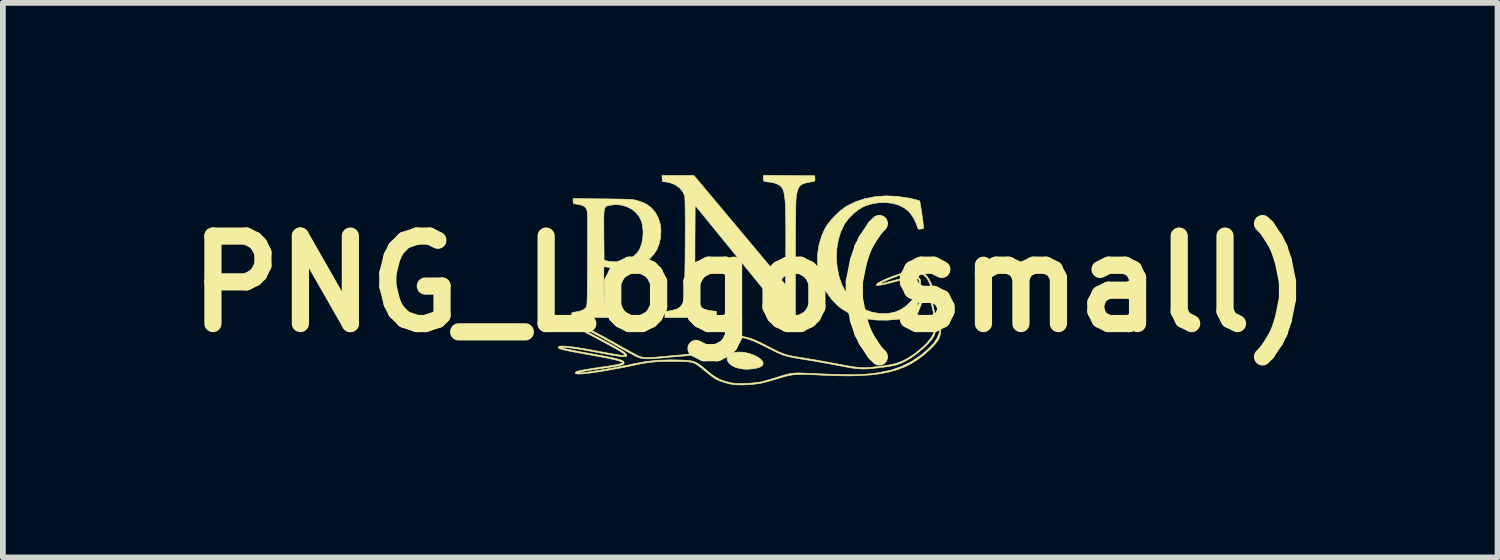
<source format=kicad_pcb>
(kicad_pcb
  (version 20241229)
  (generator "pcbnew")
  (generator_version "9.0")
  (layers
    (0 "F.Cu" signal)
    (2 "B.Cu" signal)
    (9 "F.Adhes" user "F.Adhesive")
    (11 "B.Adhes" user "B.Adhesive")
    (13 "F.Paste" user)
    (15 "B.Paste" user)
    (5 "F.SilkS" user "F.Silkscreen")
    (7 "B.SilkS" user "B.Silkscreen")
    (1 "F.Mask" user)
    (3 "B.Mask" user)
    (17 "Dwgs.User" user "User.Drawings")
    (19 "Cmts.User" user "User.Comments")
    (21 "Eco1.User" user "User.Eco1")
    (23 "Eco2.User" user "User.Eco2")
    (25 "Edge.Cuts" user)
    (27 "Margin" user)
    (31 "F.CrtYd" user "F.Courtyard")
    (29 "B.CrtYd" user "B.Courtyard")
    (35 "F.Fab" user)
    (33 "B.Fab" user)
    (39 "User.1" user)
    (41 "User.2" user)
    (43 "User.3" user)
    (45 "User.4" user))
  (footprint "PNG_Logo(small)"
    (layer "F.Cu")
    (at 10.022 1.898)
    (property "Reference" "PNG_Logo(small)" (at 0 0 0) (layer "F.SilkS") (effects (font (size 1.524 1.524) (thickness 0.3))))
    (attr through_hole)
    (fp_poly (pts (xy -0.136 1.189) (xy -0.063 1.2) (xy 0.007 1.219) (xy 0.073 1.244) (xy 0.131 1.273) (xy 0.177 1.306) (xy 0.21 1.34) (xy 0.225 1.374) (xy 0.221 1.406) (xy 0.204 1.428) (xy 0.165 1.451) (xy 0.107 1.468) (xy 0.036 1.48) (xy -0.041 1.486) (xy -0.117 1.483) (xy -0.188 1.473) (xy -0.194 1.472) (xy -0.271 1.447) (xy -0.331 1.414) (xy -0.374 1.376) (xy -0.398 1.335) (xy -0.404 1.294) (xy -0.39 1.256) (xy -0.354 1.224) (xy -0.298 1.2) (xy -0.275 1.194) (xy -0.208 1.186) (xy -0.136 1.189)) (stroke (width 0.01) (type solid)) (fill yes) (layer "F.SilkS"))
    (fp_poly (pts (xy 0.676 -1.889) (xy 1.124 -1.886) (xy 1.128 -1.839) (xy 1.128 -1.807) (xy 1.12 -1.792) (xy 1.102 -1.786) (xy 1.074 -1.781) (xy 1.032 -1.773) (xy 0.997 -1.767) (xy 0.933 -1.75) (xy 0.885 -1.725) (xy 0.85 -1.688) (xy 0.826 -1.635) (xy 0.809 -1.563) (xy 0.8 -1.498) (xy 0.798 -1.465) (xy 0.796 -1.408) (xy 0.794 -1.33) (xy 0.793 -1.232) (xy 0.791 -1.117) (xy 0.79 -0.987) (xy 0.789 -0.843) (xy 0.788 -0.687) (xy 0.788 -0.522) (xy 0.788 -0.378) (xy 0.787 0.622) (xy 0.663 0.622) (xy -0.959 -1.369) (xy -0.963 -0.7) (xy -0.963 -0.513) (xy -0.963 -0.349) (xy -0.962 -0.207) (xy -0.961 -0.086) (xy -0.958 0.017) (xy -0.954 0.103) (xy -0.949 0.174) (xy -0.943 0.231) (xy -0.935 0.277) (xy -0.926 0.313) (xy -0.915 0.341) (xy -0.911 0.348) (xy -0.869 0.399) (xy -0.805 0.437) (xy -0.722 0.461) (xy -0.677 0.468) (xy -0.591 0.476) (xy -0.583 0.584) (xy -1.486 0.584) (xy -1.486 0.534) (xy -1.484 0.5) (xy -1.474 0.484) (xy -1.457 0.478) (xy -1.429 0.473) (xy -1.387 0.465) (xy -1.353 0.459) (xy -1.276 0.436) (xy -1.219 0.4) (xy -1.18 0.347) (xy -1.155 0.275) (xy -1.154 0.273) (xy -1.151 0.247) (xy -1.148 0.199) (xy -1.146 0.131) (xy -1.143 0.045) (xy -1.141 -0.055) (xy -1.139 -0.167) (xy -1.137 -0.289) (xy -1.135 -0.417) (xy -1.134 -0.55) (xy -1.133 -0.684) (xy -1.133 -0.817) (xy -1.132 -0.946) (xy -1.132 -1.069) (xy -1.133 -1.183) (xy -1.134 -1.286) (xy -1.135 -1.374) (xy -1.136 -1.446) (xy -1.139 -1.498) (xy -1.141 -1.529) (xy -1.142 -1.533) (xy -1.175 -1.608) (xy -1.228 -1.672) (xy -1.299 -1.724) (xy -1.383 -1.76) (xy -1.454 -1.775) (xy -1.53 -1.784) (xy -1.534 -1.838) (xy -1.538 -1.892) (xy -1.26 -1.892) (xy -0.982 -1.892) (xy 0.616 0.016) (xy 0.62 -0.637) (xy 0.62 -0.824) (xy 0.62 -0.988) (xy 0.619 -1.13) (xy 0.617 -1.251) (xy 0.614 -1.354) (xy 0.609 -1.441) (xy 0.601 -1.512) (xy 0.592 -1.57) (xy 0.581 -1.617) (xy 0.567 -1.654) (xy 0.55 -1.682) (xy 0.531 -1.704) (xy 0.508 -1.722) (xy 0.482 -1.737) (xy 0.481 -1.737) (xy 0.432 -1.756) (xy 0.376 -1.77) (xy 0.354 -1.773) (xy 0.297 -1.779) (xy 0.261 -1.785) (xy 0.24 -1.794) (xy 0.231 -1.807) (xy 0.229 -1.829) (xy 0.229 -1.842) (xy 0.229 -1.893) (xy 0.676 -1.889)) (stroke (width 0.01) (type solid)) (fill yes) (layer "F.SilkS"))
    (fp_poly (pts (xy -2.569 -1.483) (xy -2.44 -1.482) (xy -2.333 -1.48) (xy -2.247 -1.479) (xy -2.177 -1.477) (xy -2.122 -1.475) (xy -2.079 -1.472) (xy -2.044 -1.469) (xy -2.016 -1.465) (xy -1.991 -1.459) (xy -1.967 -1.453) (xy -1.956 -1.449) (xy -1.901 -1.431) (xy -1.847 -1.409) (xy -1.806 -1.389) (xy -1.805 -1.389) (xy -1.72 -1.325) (xy -1.652 -1.244) (xy -1.601 -1.149) (xy -1.568 -1.043) (xy -1.555 -0.929) (xy -1.562 -0.809) (xy -1.588 -0.696) (xy -1.625 -0.601) (xy -1.678 -0.519) (xy -1.742 -0.45) (xy -1.841 -0.371) (xy -1.951 -0.312) (xy -2.075 -0.273) (xy -2.186 -0.254) (xy -2.236 -0.249) (xy -2.279 -0.249) (xy -2.323 -0.254) (xy -2.378 -0.265) (xy -2.413 -0.274) (xy -2.467 -0.287) (xy -2.511 -0.297) (xy -2.54 -0.303) (xy -2.548 -0.305) (xy -2.549 -0.293) (xy -2.55 -0.258) (xy -2.551 -0.205) (xy -2.551 -0.137) (xy -2.551 -0.056) (xy -2.55 0.034) (xy -2.55 0.037) (xy -2.549 0.14) (xy -2.548 0.22) (xy -2.546 0.281) (xy -2.544 0.326) (xy -2.541 0.358) (xy -2.536 0.381) (xy -2.531 0.397) (xy -2.524 0.409) (xy -2.52 0.415) (xy -2.49 0.442) (xy -2.444 0.463) (xy -2.378 0.479) (xy -2.308 0.489) (xy -2.235 0.497) (xy -2.235 0.584) (xy -3.111 0.584) (xy -3.111 0.541) (xy -3.11 0.514) (xy -3.101 0.5) (xy -3.078 0.493) (xy -3.051 0.489) (xy -2.97 0.474) (xy -2.911 0.452) (xy -2.872 0.423) (xy -2.865 0.415) (xy -2.86 0.407) (xy -2.855 0.399) (xy -2.851 0.387) (xy -2.848 0.37) (xy -2.845 0.346) (xy -2.843 0.314) (xy -2.841 0.271) (xy -2.84 0.215) (xy -2.839 0.145) (xy -2.838 0.059) (xy -2.837 -0.046) (xy -2.836 -0.171) (xy -2.836 -0.318) (xy -2.835 -0.442) (xy -2.835 -0.608) (xy -2.834 -0.75) (xy -2.834 -0.87) (xy -2.834 -0.971) (xy -2.834 -1.054) (xy -2.835 -1.104) (xy -2.551 -1.104) (xy -2.551 -1.007) (xy -2.55 -0.888) (xy -2.55 -0.856) (xy -2.546 -0.413) (xy -2.477 -0.397) (xy -2.408 -0.388) (xy -2.328 -0.386) (xy -2.248 -0.392) (xy -2.176 -0.404) (xy -2.141 -0.415) (xy -2.081 -0.446) (xy -2.019 -0.493) (xy -1.966 -0.547) (xy -1.928 -0.602) (xy -1.928 -0.602) (xy -1.892 -0.697) (xy -1.871 -0.804) (xy -1.866 -0.917) (xy -1.879 -1.028) (xy -1.893 -1.087) (xy -1.933 -1.172) (xy -1.992 -1.246) (xy -2.067 -1.305) (xy -2.154 -1.349) (xy -2.252 -1.376) (xy -2.354 -1.383) (xy -2.442 -1.372) (xy -2.47 -1.366) (xy -2.493 -1.36) (xy -2.512 -1.352) (xy -2.526 -1.338) (xy -2.536 -1.316) (xy -2.543 -1.284) (xy -2.548 -1.24) (xy -2.55 -1.181) (xy -2.551 -1.104) (xy -2.835 -1.104) (xy -2.835 -1.121) (xy -2.836 -1.174) (xy -2.838 -1.216) (xy -2.84 -1.247) (xy -2.843 -1.27) (xy -2.846 -1.287) (xy -2.85 -1.299) (xy -2.854 -1.308) (xy -2.879 -1.341) (xy -2.916 -1.365) (xy -2.97 -1.381) (xy -3.026 -1.391) (xy -3.062 -1.396) (xy -3.08 -1.405) (xy -3.086 -1.423) (xy -3.086 -1.443) (xy -3.086 -1.488) (xy -2.569 -1.483)) (stroke (width 0.01) (type solid)) (fill yes) (layer "F.SilkS"))
    (fp_poly (pts (xy 2.556 -1.527) (xy 2.753 -1.498) (xy 2.781 -1.493) (xy 2.842 -1.479) (xy 2.894 -1.466) (xy 2.932 -1.455) (xy 2.95 -1.448) (xy 2.951 -1.448) (xy 2.956 -1.433) (xy 2.963 -1.398) (xy 2.972 -1.347) (xy 2.981 -1.286) (xy 2.991 -1.22) (xy 3.001 -1.153) (xy 3.009 -1.089) (xy 3.015 -1.035) (xy 3.019 -0.994) (xy 3.019 -0.972) (xy 3.019 -0.97) (xy 3.004 -0.964) (xy 2.974 -0.958) (xy 2.969 -0.957) (xy 2.942 -0.954) (xy 2.927 -0.961) (xy 2.916 -0.983) (xy 2.909 -1.005) (xy 2.88 -1.083) (xy 2.838 -1.162) (xy 2.79 -1.232) (xy 2.758 -1.268) (xy 2.681 -1.328) (xy 2.588 -1.374) (xy 2.482 -1.404) (xy 2.367 -1.418) (xy 2.249 -1.417) (xy 2.13 -1.399) (xy 2.016 -1.365) (xy 1.958 -1.339) (xy 1.878 -1.29) (xy 1.797 -1.224) (xy 1.721 -1.148) (xy 1.658 -1.067) (xy 1.64 -1.038) (xy 1.579 -0.91) (xy 1.535 -0.769) (xy 1.51 -0.617) (xy 1.502 -0.46) (xy 1.514 -0.302) (xy 1.544 -0.147) (xy 1.561 -0.088) (xy 1.607 0.032) (xy 1.662 0.136) (xy 1.733 0.23) (xy 1.791 0.292) (xy 1.891 0.379) (xy 1.995 0.444) (xy 2.107 0.487) (xy 2.233 0.512) (xy 2.266 0.515) (xy 2.396 0.516) (xy 2.516 0.492) (xy 2.628 0.445) (xy 2.729 0.375) (xy 2.821 0.281) (xy 2.882 0.198) (xy 2.911 0.15) (xy 2.929 0.111) (xy 2.938 0.068) (xy 2.942 0.027) (xy 2.945 -0.03) (xy 2.94 -0.068) (xy 2.925 -0.09) (xy 2.898 -0.103) (xy 2.886 -0.105) (xy 2.844 -0.107) (xy 2.78 -0.099) (xy 2.694 -0.083) (xy 2.587 -0.057) (xy 2.471 -0.027) (xy 2.376 -0.002) (xy 2.3 0.015) (xy 2.244 0.024) (xy 2.209 0.024) (xy 2.195 0.017) (xy 2.204 0.002) (xy 2.236 -0.021) (xy 2.251 -0.03) (xy 2.317 -0.064) (xy 2.397 -0.1) (xy 2.484 -0.134) (xy 2.574 -0.165) (xy 2.661 -0.192) (xy 2.74 -0.213) (xy 2.805 -0.226) (xy 2.842 -0.229) (xy 2.914 -0.224) (xy 2.975 -0.21) (xy 3.027 -0.184) (xy 3.073 -0.144) (xy 3.114 -0.086) (xy 3.153 -0.01) (xy 3.193 0.087) (xy 3.221 0.168) (xy 3.261 0.293) (xy 3.29 0.402) (xy 3.31 0.499) (xy 3.322 0.589) (xy 3.326 0.679) (xy 3.326 0.734) (xy 3.321 0.814) (xy 3.312 0.879) (xy 3.296 0.935) (xy 3.269 0.986) (xy 3.23 1.038) (xy 3.176 1.097) (xy 3.119 1.152) (xy 3.017 1.242) (xy 2.912 1.321) (xy 2.802 1.389) (xy 2.685 1.447) (xy 2.559 1.495) (xy 2.422 1.533) (xy 2.272 1.563) (xy 2.108 1.584) (xy 1.928 1.596) (xy 1.729 1.602) (xy 1.51 1.599) (xy 1.268 1.59) (xy 1.189 1.586) (xy 1.065 1.58) (xy 0.962 1.576) (xy 0.875 1.576) (xy 0.8 1.579) (xy 0.733 1.585) (xy 0.669 1.596) (xy 0.603 1.612) (xy 0.532 1.633) (xy 0.478 1.649) (xy 0.401 1.673) (xy 0.321 1.696) (xy 0.248 1.715) (xy 0.188 1.729) (xy 0.167 1.733) (xy 0.073 1.746) (xy -0.028 1.755) (xy -0.129 1.759) (xy -0.222 1.758) (xy -0.296 1.752) (xy -0.371 1.738) (xy -0.45 1.716) (xy -0.526 1.69) (xy -0.59 1.662) (xy -0.619 1.646) (xy -0.648 1.626) (xy -0.69 1.594) (xy -0.74 1.555) (xy -0.792 1.513) (xy -0.852 1.463) (xy -0.901 1.425) (xy -0.943 1.397) (xy -0.983 1.377) (xy -1.026 1.364) (xy -1.077 1.356) (xy -1.141 1.352) (xy -1.223 1.35) (xy -1.278 1.349) (xy -1.453 1.348) (xy -1.609 1.353) (xy -1.749 1.366) (xy -1.88 1.385) (xy -1.975 1.405) (xy -2.065 1.425) (xy -2.171 1.446) (xy -2.287 1.469) (xy -2.408 1.491) (xy -2.527 1.512) (xy -2.64 1.53) (xy -2.74 1.545) (xy -2.821 1.556) (xy -2.825 1.557) (xy -2.912 1.566) (xy -2.975 1.569) (xy -3.018 1.568) (xy -3.041 1.561) (xy -3.048 1.55) (xy -3.045 1.54) (xy -3.036 1.531) (xy -3.017 1.523) (xy -2.987 1.514) (xy -2.943 1.504) (xy -2.883 1.493) (xy -2.805 1.481) (xy -2.706 1.465) (xy -2.585 1.447) (xy -2.584 1.447) (xy -2.473 1.431) (xy -2.384 1.416) (xy -2.317 1.404) (xy -2.269 1.393) (xy -2.239 1.384) (xy -2.225 1.375) (xy -2.223 1.37) (xy -2.234 1.362) (xy -2.263 1.349) (xy -2.305 1.335) (xy -2.308 1.334) (xy -2.335 1.327) (xy -2.365 1.319) (xy -2.401 1.311) (xy -2.445 1.301) (xy -2.5 1.29) (xy -2.568 1.277) (xy -2.652 1.262) (xy -2.754 1.243) (xy -2.876 1.221) (xy -2.985 1.201) (xy -3.093 1.181) (xy -3.178 1.165) (xy -3.243 1.15) (xy -3.29 1.138) (xy -3.321 1.127) (xy -3.339 1.117) (xy -3.346 1.108) (xy -3.308 1.108) (xy -3.215 1.131) (xy -3.177 1.139) (xy -3.118 1.151) (xy -3.043 1.166) (xy -2.957 1.182) (xy -2.864 1.199) (xy -2.783 1.213) (xy -2.642 1.239) (xy -2.524 1.261) (xy -2.428 1.28) (xy -2.351 1.297) (xy -2.292 1.312) (xy -2.249 1.327) (xy -2.22 1.34) (xy -2.204 1.353) (xy -2.197 1.367) (xy -2.197 1.37) (xy -2.198 1.382) (xy -2.204 1.392) (xy -2.217 1.402) (xy -2.238 1.411) (xy -2.272 1.42) (xy -2.319 1.43) (xy -2.383 1.441) (xy -2.466 1.454) (xy -2.57 1.469) (xy -2.639 1.479) (xy -2.758 1.497) (xy -2.853 1.513) (xy -2.923 1.525) (xy -2.97 1.535) (xy -2.991 1.542) (xy -2.988 1.547) (xy -2.965 1.548) (xy -2.925 1.546) (xy -2.863 1.54) (xy -2.784 1.529) (xy -2.691 1.515) (xy -2.587 1.498) (xy -2.477 1.479) (xy -2.364 1.459) (xy -2.251 1.437) (xy -2.142 1.416) (xy -2.041 1.394) (xy -1.994 1.384) (xy -1.807 1.35) (xy -1.605 1.329) (xy -1.384 1.322) (xy -1.265 1.324) (xy -1.171 1.327) (xy -1.097 1.331) (xy -1.037 1.338) (xy -0.987 1.35) (xy -0.941 1.369) (xy -0.894 1.397) (xy -0.842 1.436) (xy -0.778 1.488) (xy -0.724 1.535) (xy -0.63 1.607) (xy -0.536 1.66) (xy -0.435 1.698) (xy -0.319 1.725) (xy -0.299 1.728) (xy -0.248 1.733) (xy -0.18 1.734) (xy -0.1 1.733) (xy -0.016 1.729) (xy 0.065 1.723) (xy 0.136 1.715) (xy 0.175 1.709) (xy 0.222 1.698) (xy 0.285 1.681) (xy 0.357 1.66) (xy 0.43 1.638) (xy 0.441 1.634) (xy 0.537 1.604) (xy 0.616 1.581) (xy 0.682 1.565) (xy 0.743 1.556) (xy 0.804 1.551) (xy 0.871 1.551) (xy 0.951 1.554) (xy 0.957 1.554) (xy 1.145 1.563) (xy 1.311 1.57) (xy 1.456 1.575) (xy 1.584 1.578) (xy 1.696 1.58) (xy 1.795 1.58) (xy 1.884 1.578) (xy 1.965 1.575) (xy 2.041 1.569) (xy 2.114 1.562) (xy 2.187 1.553) (xy 2.261 1.542) (xy 2.459 1.5) (xy 2.644 1.435) (xy 2.817 1.348) (xy 2.979 1.238) (xy 3.13 1.106) (xy 3.134 1.102) (xy 3.208 1.019) (xy 3.261 0.937) (xy 3.294 0.85) (xy 3.309 0.755) (xy 3.307 0.646) (xy 3.298 0.572) (xy 3.282 0.484) (xy 3.26 0.388) (xy 3.233 0.289) (xy 3.203 0.192) (xy 3.171 0.1) (xy 3.138 0.018) (xy 3.107 -0.05) (xy 3.079 -0.099) (xy 3.069 -0.112) (xy 3.011 -0.162) (xy 2.944 -0.192) (xy 2.864 -0.203) (xy 2.77 -0.196) (xy 2.661 -0.169) (xy 2.648 -0.165) (xy 2.579 -0.142) (xy 2.509 -0.116) (xy 2.441 -0.09) (xy 2.38 -0.064) (xy 2.328 -0.041) (xy 2.289 -0.022) (xy 2.268 -0.008) (xy 2.266 -0.003) (xy 2.28 -0.004) (xy 2.312 -0.011) (xy 2.358 -0.022) (xy 2.396 -0.032) (xy 2.526 -0.067) (xy 2.635 -0.094) (xy 2.724 -0.113) (xy 2.795 -0.125) (xy 2.851 -0.129) (xy 2.893 -0.126) (xy 2.925 -0.117) (xy 2.946 -0.102) (xy 2.959 -0.085) (xy 2.967 -0.064) (xy 2.97 -0.033) (xy 2.968 0.009) (xy 2.961 0.067) (xy 2.949 0.145) (xy 2.941 0.197) (xy 2.93 0.261) (xy 2.922 0.315) (xy 2.916 0.355) (xy 2.914 0.377) (xy 2.915 0.379) (xy 2.924 0.373) (xy 2.938 0.348) (xy 2.957 0.31) (xy 2.977 0.262) (xy 2.995 0.212) (xy 3.011 0.163) (xy 3.016 0.146) (xy 3.032 0.089) (xy 3.047 0.053) (xy 3.062 0.039) (xy 3.077 0.049) (xy 3.095 0.081) (xy 3.116 0.137) (xy 3.135 0.195) (xy 3.184 0.361) (xy 3.217 0.509) (xy 3.235 0.639) (xy 3.238 0.75) (xy 3.226 0.842) (xy 3.199 0.914) (xy 3.197 0.918) (xy 3.149 0.984) (xy 3.084 1.057) (xy 3.005 1.131) (xy 2.917 1.204) (xy 2.826 1.271) (xy 2.736 1.327) (xy 2.673 1.359) (xy 2.626 1.381) (xy 2.583 1.398) (xy 2.541 1.412) (xy 2.495 1.423) (xy 2.439 1.433) (xy 2.37 1.444) (xy 2.283 1.455) (xy 2.229 1.461) (xy 2.142 1.471) (xy 2.069 1.478) (xy 2.003 1.481) (xy 1.94 1.481) (xy 1.875 1.477) (xy 1.805 1.469) (xy 1.723 1.456) (xy 1.625 1.438) (xy 1.518 1.418) (xy 1.421 1.399) (xy 1.32 1.381) (xy 1.222 1.363) (xy 1.134 1.347) (xy 1.061 1.335) (xy 1.048 1.333) (xy 0.928 1.314) (xy 0.83 1.298) (xy 0.749 1.283) (xy 0.681 1.269) (xy 0.623 1.254) (xy 0.571 1.238) (xy 0.52 1.218) (xy 0.467 1.195) (xy 0.408 1.166) (xy 0.34 1.131) (xy 0.324 1.123) (xy 0.215 1.068) (xy 0.124 1.025) (xy 0.048 0.991) (xy -0.018 0.967) (xy -0.076 0.949) (xy -0.131 0.938) (xy -0.185 0.932) (xy -0.197 0.931) (xy -0.298 0.924) (xy -0.438 0.996) (xy -0.529 1.042) (xy -0.623 1.086) (xy -0.715 1.129) (xy -0.8 1.166) (xy -0.874 1.197) (xy -0.933 1.219) (xy -0.953 1.225) (xy -0.994 1.234) (xy -1.052 1.244) (xy -1.119 1.252) (xy -1.175 1.257) (xy -1.242 1.262) (xy -1.326 1.269) (xy -1.417 1.277) (xy -1.508 1.286) (xy -1.549 1.29) (xy -1.658 1.299) (xy -1.745 1.304) (xy -1.816 1.304) (xy -1.874 1.299) (xy -1.924 1.288) (xy -1.969 1.272) (xy -2.015 1.249) (xy -2.023 1.244) (xy -2.065 1.22) (xy -2.097 1.203) (xy -2.114 1.194) (xy -2.115 1.194) (xy -2.127 1.188) (xy -2.158 1.171) (xy -2.205 1.145) (xy -2.264 1.112) (xy -2.333 1.073) (xy -2.378 1.047) (xy -2.461 1.001) (xy -2.548 0.953) (xy -2.636 0.905) (xy -2.723 0.859) (xy -2.806 0.816) (xy -2.881 0.778) (xy -2.947 0.746) (xy -2.999 0.721) (xy -3.036 0.705) (xy -3.053 0.7) (xy -3.054 0.701) (xy -3.046 0.709) (xy -3.017 0.728) (xy -2.969 0.757) (xy -2.904 0.794) (xy -2.824 0.839) (xy -2.73 0.89) (xy -2.624 0.946) (xy -2.54 0.991) (xy -2.429 1.05) (xy -2.339 1.1) (xy -2.269 1.141) (xy -2.217 1.174) (xy -2.181 1.201) (xy -2.159 1.223) (xy -2.15 1.242) (xy -2.153 1.257) (xy -2.154 1.259) (xy -2.165 1.266) (xy -2.189 1.268) (xy -2.228 1.266) (xy -2.284 1.26) (xy -2.358 1.249) (xy -2.453 1.233) (xy -2.57 1.211) (xy -2.624 1.201) (xy -2.774 1.173) (xy -2.9 1.15) (xy -3.006 1.133) (xy -3.092 1.12) (xy -3.161 1.111) (xy -3.214 1.107) (xy -3.248 1.106) (xy -3.308 1.108) (xy -3.346 1.108) (xy -3.346 1.107) (xy -3.346 1.104) (xy -3.336 1.09) (xy -3.303 1.083) (xy -3.248 1.082) (xy -3.171 1.088) (xy -3.07 1.1) (xy -2.946 1.119) (xy -2.798 1.144) (xy -2.667 1.169) (xy -2.531 1.194) (xy -2.418 1.215) (xy -2.329 1.23) (xy -2.262 1.241) (xy -2.216 1.246) (xy -2.191 1.247) (xy -2.184 1.245) (xy -2.189 1.233) (xy -2.203 1.218) (xy -2.228 1.198) (xy -2.267 1.172) (xy -2.321 1.14) (xy -2.391 1.101) (xy -2.479 1.053) (xy -2.587 0.995) (xy -2.68 0.946) (xy -2.802 0.881) (xy -2.903 0.825) (xy -2.983 0.779) (xy -3.042 0.742) (xy -3.083 0.713) (xy -3.106 0.691) (xy -3.111 0.678) (xy -3.106 0.664) (xy -3.086 0.664) (xy -3.077 0.666) (xy -3.031 0.681) (xy -2.97 0.706) (xy -2.892 0.743) (xy -2.796 0.791) (xy -2.682 0.851) (xy -2.548 0.923) (xy -2.395 1.008) (xy -2.261 1.083) (xy -2.184 1.126) (xy -2.112 1.166) (xy -2.047 1.202) (xy -1.994 1.23) (xy -1.958 1.249) (xy -1.949 1.253) (xy -1.916 1.266) (xy -1.878 1.276) (xy -1.832 1.281) (xy -1.776 1.282) (xy -1.705 1.28) (xy -1.616 1.273) (xy -1.506 1.263) (xy -1.504 1.263) (xy -1.42 1.255) (xy -1.332 1.247) (xy -1.247 1.24) (xy -1.177 1.234) (xy -1.161 1.232) (xy -1.09 1.225) (xy -1.023 1.214) (xy -0.957 1.197) (xy -0.887 1.175) (xy -0.809 1.144) (xy -0.72 1.104) (xy -0.614 1.053) (xy -0.568 1.031) (xy -0.324 0.909) (xy -0.216 0.909) (xy -0.13 0.915) (xy -0.042 0.933) (xy 0.054 0.965) (xy 0.161 1.012) (xy 0.225 1.044) (xy 0.326 1.097) (xy 0.408 1.139) (xy 0.476 1.172) (xy 0.534 1.198) (xy 0.587 1.219) (xy 0.64 1.236) (xy 0.695 1.249) (xy 0.758 1.262) (xy 0.834 1.275) (xy 0.925 1.289) (xy 0.962 1.295) (xy 1.044 1.308) (xy 1.144 1.325) (xy 1.255 1.345) (xy 1.37 1.366) (xy 1.48 1.386) (xy 1.535 1.396) (xy 1.649 1.418) (xy 1.743 1.434) (xy 1.821 1.446) (xy 1.888 1.454) (xy 1.949 1.458) (xy 2.009 1.458) (xy 2.073 1.454) (xy 2.144 1.448) (xy 2.207 1.441) (xy 2.323 1.427) (xy 2.417 1.412) (xy 2.496 1.396) (xy 2.564 1.377) (xy 2.626 1.354) (xy 2.673 1.333) (xy 2.767 1.281) (xy 2.86 1.219) (xy 2.948 1.15) (xy 3.03 1.077) (xy 3.1 1.004) (xy 3.155 0.933) (xy 3.192 0.868) (xy 3.2 0.847) (xy 3.213 0.777) (xy 3.214 0.687) (xy 3.204 0.58) (xy 3.183 0.459) (xy 3.15 0.327) (xy 3.13 0.257) (xy 3.108 0.185) (xy 3.092 0.138) (xy 3.08 0.114) (xy 3.069 0.114) (xy 3.056 0.136) (xy 3.039 0.182) (xy 3.017 0.249) (xy 2.993 0.317) (xy 2.969 0.383) (xy 2.947 0.44) (xy 2.93 0.481) (xy 2.929 0.484) (xy 2.898 0.554) (xy 2.805 0.575) (xy 2.592 0.613) (xy 2.391 0.631) (xy 2.202 0.629) (xy 2.027 0.608) (xy 1.866 0.568) (xy 1.721 0.508) (xy 1.59 0.429) (xy 1.53 0.381) (xy 1.419 0.268) (xy 1.326 0.139) (xy 1.253 -0.002) (xy 1.202 -0.153) (xy 1.192 -0.197) (xy 1.171 -0.361) (xy 1.174 -0.527) (xy 1.201 -0.692) (xy 1.251 -0.852) (xy 1.299 -0.958) (xy 1.345 -1.033) (xy 1.409 -1.114) (xy 1.483 -1.194) (xy 1.563 -1.269) (xy 1.643 -1.331) (xy 1.685 -1.358) (xy 1.836 -1.432) (xy 2.002 -1.487) (xy 2.178 -1.521) (xy 2.364 -1.535) (xy 2.556 -1.527)) (stroke (width 0.01) (type solid)) (fill yes) (layer "F.SilkS")))
  (gr_rect
    (start -3 -3)
    (end 23.044 6.662)
    (stroke (width 0.1) (type default))
    (fill no)
    (layer "Edge.Cuts")))
</source>
